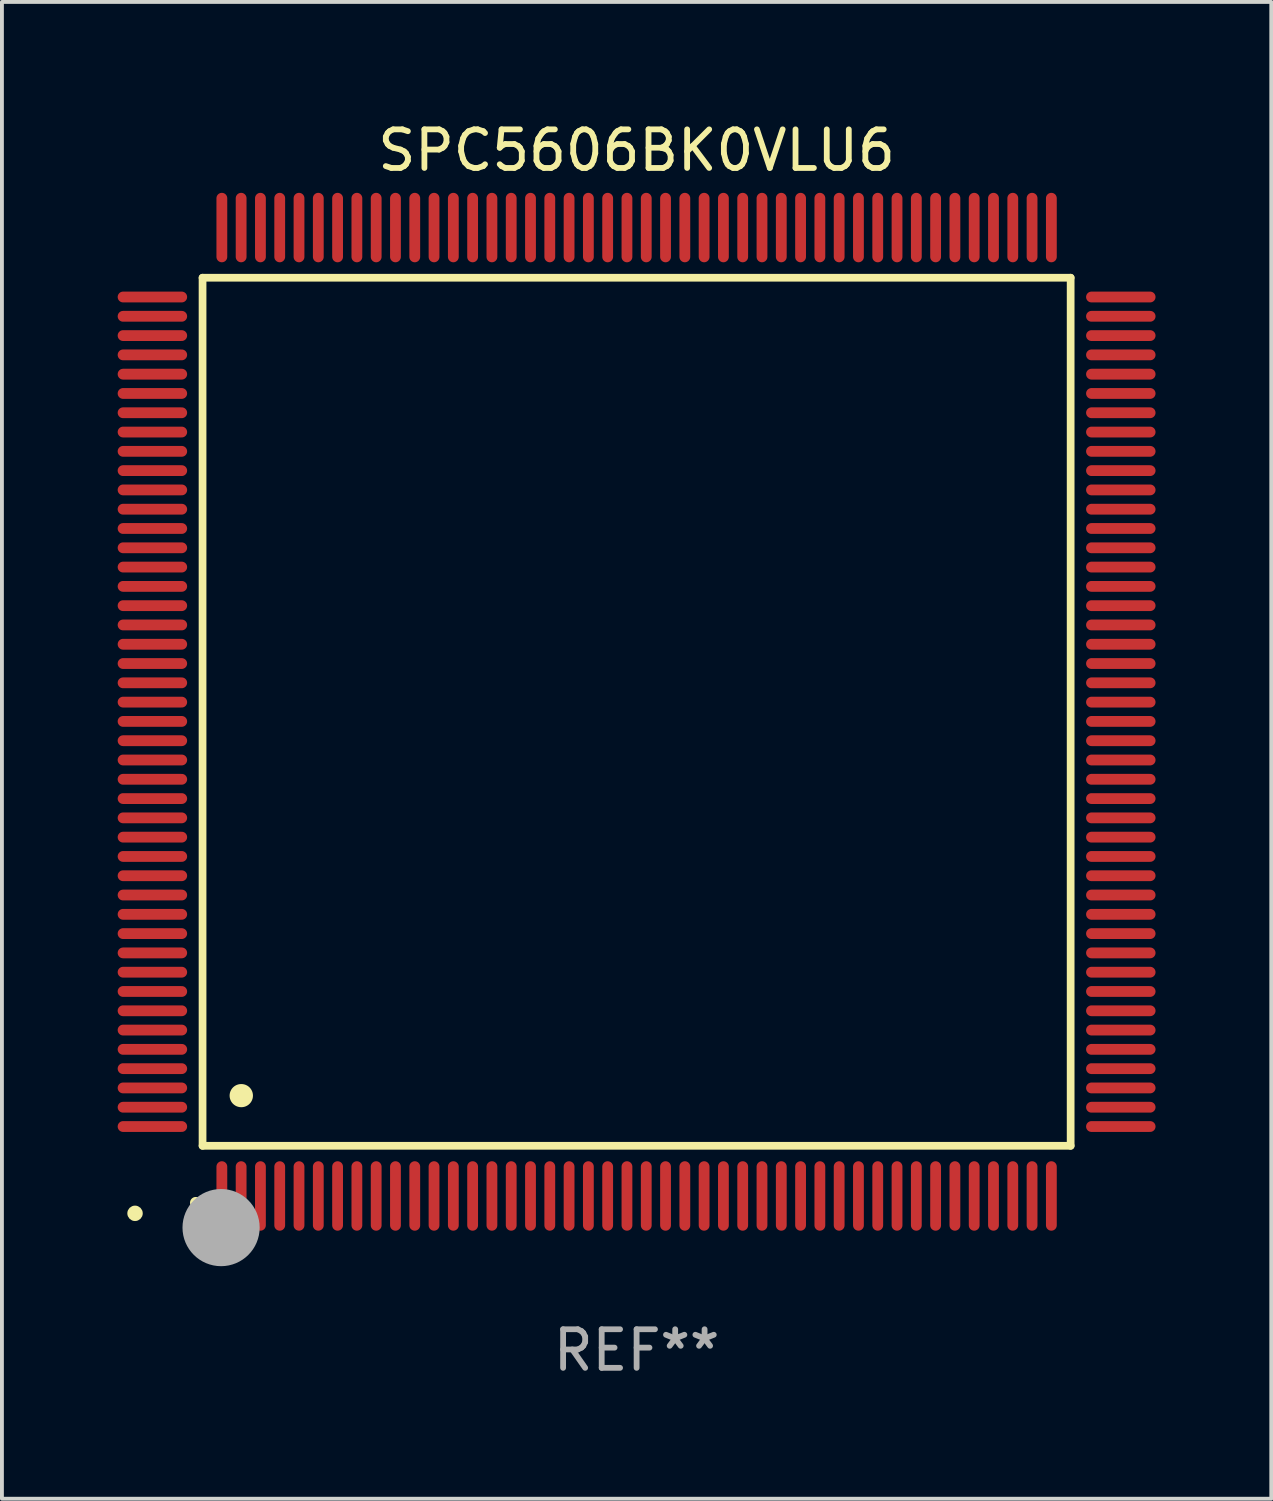
<source format=kicad_pcb>
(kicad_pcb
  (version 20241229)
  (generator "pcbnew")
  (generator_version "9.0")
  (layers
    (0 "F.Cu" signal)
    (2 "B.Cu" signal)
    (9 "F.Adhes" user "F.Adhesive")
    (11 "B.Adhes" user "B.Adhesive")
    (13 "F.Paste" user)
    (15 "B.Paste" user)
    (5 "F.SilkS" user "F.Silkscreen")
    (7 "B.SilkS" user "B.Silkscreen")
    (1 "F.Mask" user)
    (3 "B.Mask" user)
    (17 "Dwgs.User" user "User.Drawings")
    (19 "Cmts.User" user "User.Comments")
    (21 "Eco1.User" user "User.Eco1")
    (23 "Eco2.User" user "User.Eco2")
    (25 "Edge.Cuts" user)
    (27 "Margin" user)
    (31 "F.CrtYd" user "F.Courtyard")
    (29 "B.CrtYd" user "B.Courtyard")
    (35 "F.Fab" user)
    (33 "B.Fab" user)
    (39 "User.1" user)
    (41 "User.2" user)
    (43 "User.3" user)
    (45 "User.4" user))
  (footprint "SPC5606BK0VLU6"
    (layer "F.Cu")
    (at 13.45 15.398)
    (property "Reference" "SPC5606BK0VLU6" (at 0 -14.55 0) (layer "F.SilkS") (effects (font (size 1 1) (thickness 0.15))))
    (attr through_hole)
    (fp_line (start -11.25 -11.25) (end 11.25 -11.25) (stroke (width 0.2) (type solid)) (layer "F.SilkS"))
    (fp_line (start -11.25 11.25) (end -11.25 -11.25) (stroke (width 0.2) (type solid)) (layer "F.SilkS"))
    (fp_line (start 11.25 -11.25) (end 11.25 11.25) (stroke (width 0.2) (type solid)) (layer "F.SilkS"))
    (fp_line (start 11.25 11.25) (end -11.25 11.25) (stroke (width 0.2) (type solid)) (layer "F.SilkS"))
    (fp_arc (start -11.424943 12.725425) (mid -11.423673 12.72542) (end -11.422403 12.725425) (stroke (width 0.3) (type solid)) (layer "F.SilkS"))
    (fp_arc (start -10.24892 9.9492) (mid -10.24638 9.949189) (end -10.24384 9.9492) (stroke (width 0.6) (type solid)) (layer "F.SilkS"))
    (fp_circle (center -13 13) (end -12.9 13) (stroke (width 0.2) (type solid)) (fill no) (layer "F.SilkS"))
    (fp_circle (center -10.77 13.37) (end -10.27 13.37) (stroke (width 1) (type solid)) (fill no) (layer "F.Fab"))
    (fp_text user "REF**" (at 0 16.55 0) (layer "F.Fab") (effects (font (size 1 1) (thickness 0.15))))
    (pad "1" smd oval (at -10.75 12.55) (size 0.28 1.8) (layers "F.Cu" "F.Mask" "F.Paste"))
    (pad "2" smd oval (at -10.25 12.55) (size 0.28 1.8) (layers "F.Cu" "F.Mask" "F.Paste"))
    (pad "3" smd oval (at -9.75 12.55) (size 0.28 1.8) (layers "F.Cu" "F.Mask" "F.Paste"))
    (pad "4" smd oval (at -9.25 12.55) (size 0.28 1.8) (layers "F.Cu" "F.Mask" "F.Paste"))
    (pad "5" smd oval (at -8.75 12.55) (size 0.28 1.8) (layers "F.Cu" "F.Mask" "F.Paste"))
    (pad "6" smd oval (at -8.25 12.55) (size 0.28 1.8) (layers "F.Cu" "F.Mask" "F.Paste"))
    (pad "7" smd oval (at -7.75 12.55) (size 0.28 1.8) (layers "F.Cu" "F.Mask" "F.Paste"))
    (pad "8" smd oval (at -7.25 12.55) (size 0.28 1.8) (layers "F.Cu" "F.Mask" "F.Paste"))
    (pad "9" smd oval (at -6.75 12.55) (size 0.28 1.8) (layers "F.Cu" "F.Mask" "F.Paste"))
    (pad "10" smd oval (at -6.25 12.55) (size 0.28 1.8) (layers "F.Cu" "F.Mask" "F.Paste"))
    (pad "11" smd oval (at -5.75 12.55) (size 0.28 1.8) (layers "F.Cu" "F.Mask" "F.Paste"))
    (pad "12" smd oval (at -5.25 12.55) (size 0.28 1.8) (layers "F.Cu" "F.Mask" "F.Paste"))
    (pad "13" smd oval (at -4.75 12.55) (size 0.28 1.8) (layers "F.Cu" "F.Mask" "F.Paste"))
    (pad "14" smd oval (at -4.25 12.55) (size 0.28 1.8) (layers "F.Cu" "F.Mask" "F.Paste"))
    (pad "15" smd oval (at -3.75 12.55) (size 0.28 1.8) (layers "F.Cu" "F.Mask" "F.Paste"))
    (pad "16" smd oval (at -3.25 12.55) (size 0.28 1.8) (layers "F.Cu" "F.Mask" "F.Paste"))
    (pad "17" smd oval (at -2.75 12.55) (size 0.28 1.8) (layers "F.Cu" "F.Mask" "F.Paste"))
    (pad "18" smd oval (at -2.25 12.55) (size 0.28 1.8) (layers "F.Cu" "F.Mask" "F.Paste"))
    (pad "19" smd oval (at -1.75 12.55) (size 0.28 1.8) (layers "F.Cu" "F.Mask" "F.Paste"))
    (pad "20" smd oval (at -1.25 12.55) (size 0.28 1.8) (layers "F.Cu" "F.Mask" "F.Paste"))
    (pad "21" smd oval (at -0.75 12.55) (size 0.28 1.8) (layers "F.Cu" "F.Mask" "F.Paste"))
    (pad "22" smd oval (at -0.25 12.55) (size 0.28 1.8) (layers "F.Cu" "F.Mask" "F.Paste"))
    (pad "23" smd oval (at 0.25 12.55) (size 0.28 1.8) (layers "F.Cu" "F.Mask" "F.Paste"))
    (pad "24" smd oval (at 0.75 12.55) (size 0.28 1.8) (layers "F.Cu" "F.Mask" "F.Paste"))
    (pad "25" smd oval (at 1.25 12.55) (size 0.28 1.8) (layers "F.Cu" "F.Mask" "F.Paste"))
    (pad "26" smd oval (at 1.75 12.55) (size 0.28 1.8) (layers "F.Cu" "F.Mask" "F.Paste"))
    (pad "27" smd oval (at 2.25 12.55) (size 0.28 1.8) (layers "F.Cu" "F.Mask" "F.Paste"))
    (pad "28" smd oval (at 2.75 12.55) (size 0.28 1.8) (layers "F.Cu" "F.Mask" "F.Paste"))
    (pad "29" smd oval (at 3.25 12.55) (size 0.28 1.8) (layers "F.Cu" "F.Mask" "F.Paste"))
    (pad "30" smd oval (at 3.75 12.55) (size 0.28 1.8) (layers "F.Cu" "F.Mask" "F.Paste"))
    (pad "31" smd oval (at 4.25 12.55) (size 0.28 1.8) (layers "F.Cu" "F.Mask" "F.Paste"))
    (pad "32" smd oval (at 4.75 12.55) (size 0.28 1.8) (layers "F.Cu" "F.Mask" "F.Paste"))
    (pad "33" smd oval (at 5.25 12.55) (size 0.28 1.8) (layers "F.Cu" "F.Mask" "F.Paste"))
    (pad "34" smd oval (at 5.75 12.55) (size 0.28 1.8) (layers "F.Cu" "F.Mask" "F.Paste"))
    (pad "35" smd oval (at 6.25 12.55) (size 0.28 1.8) (layers "F.Cu" "F.Mask" "F.Paste"))
    (pad "36" smd oval (at 6.75 12.55) (size 0.28 1.8) (layers "F.Cu" "F.Mask" "F.Paste"))
    (pad "37" smd oval (at 7.25 12.55) (size 0.28 1.8) (layers "F.Cu" "F.Mask" "F.Paste"))
    (pad "38" smd oval (at 7.75 12.55) (size 0.28 1.8) (layers "F.Cu" "F.Mask" "F.Paste"))
    (pad "39" smd oval (at 8.25 12.55) (size 0.28 1.8) (layers "F.Cu" "F.Mask" "F.Paste"))
    (pad "40" smd oval (at 8.75 12.55) (size 0.28 1.8) (layers "F.Cu" "F.Mask" "F.Paste"))
    (pad "41" smd oval (at 9.25 12.55) (size 0.28 1.8) (layers "F.Cu" "F.Mask" "F.Paste"))
    (pad "42" smd oval (at 9.75 12.55) (size 0.28 1.8) (layers "F.Cu" "F.Mask" "F.Paste"))
    (pad "43" smd oval (at 10.25 12.55) (size 0.28 1.8) (layers "F.Cu" "F.Mask" "F.Paste"))
    (pad "44" smd oval (at 10.75 12.55) (size 0.28 1.8) (layers "F.Cu" "F.Mask" "F.Paste"))
    (pad "45" smd oval (at 12.55 10.75) (size 1.8 0.28) (layers "F.Cu" "F.Mask" "F.Paste"))
    (pad "46" smd oval (at 12.55 10.25) (size 1.8 0.28) (layers "F.Cu" "F.Mask" "F.Paste"))
    (pad "47" smd oval (at 12.55 9.75) (size 1.8 0.28) (layers "F.Cu" "F.Mask" "F.Paste"))
    (pad "48" smd oval (at 12.55 9.25) (size 1.8 0.28) (layers "F.Cu" "F.Mask" "F.Paste"))
    (pad "49" smd oval (at 12.55 8.75) (size 1.8 0.28) (layers "F.Cu" "F.Mask" "F.Paste"))
    (pad "50" smd oval (at 12.55 8.25) (size 1.8 0.28) (layers "F.Cu" "F.Mask" "F.Paste"))
    (pad "51" smd oval (at 12.55 7.75) (size 1.8 0.28) (layers "F.Cu" "F.Mask" "F.Paste"))
    (pad "52" smd oval (at 12.55 7.25) (size 1.8 0.28) (layers "F.Cu" "F.Mask" "F.Paste"))
    (pad "53" smd oval (at 12.55 6.75) (size 1.8 0.28) (layers "F.Cu" "F.Mask" "F.Paste"))
    (pad "54" smd oval (at 12.55 6.25) (size 1.8 0.28) (layers "F.Cu" "F.Mask" "F.Paste"))
    (pad "55" smd oval (at 12.55 5.75) (size 1.8 0.28) (layers "F.Cu" "F.Mask" "F.Paste"))
    (pad "56" smd oval (at 12.55 5.25) (size 1.8 0.28) (layers "F.Cu" "F.Mask" "F.Paste"))
    (pad "57" smd oval (at 12.55 4.75) (size 1.8 0.28) (layers "F.Cu" "F.Mask" "F.Paste"))
    (pad "58" smd oval (at 12.55 4.25) (size 1.8 0.28) (layers "F.Cu" "F.Mask" "F.Paste"))
    (pad "59" smd oval (at 12.55 3.75) (size 1.8 0.28) (layers "F.Cu" "F.Mask" "F.Paste"))
    (pad "60" smd oval (at 12.55 3.25) (size 1.8 0.28) (layers "F.Cu" "F.Mask" "F.Paste"))
    (pad "61" smd oval (at 12.55 2.75) (size 1.8 0.28) (layers "F.Cu" "F.Mask" "F.Paste"))
    (pad "62" smd oval (at 12.55 2.25) (size 1.8 0.28) (layers "F.Cu" "F.Mask" "F.Paste"))
    (pad "63" smd oval (at 12.55 1.75) (size 1.8 0.28) (layers "F.Cu" "F.Mask" "F.Paste"))
    (pad "64" smd oval (at 12.55 1.25) (size 1.8 0.28) (layers "F.Cu" "F.Mask" "F.Paste"))
    (pad "65" smd oval (at 12.55 0.75) (size 1.8 0.28) (layers "F.Cu" "F.Mask" "F.Paste"))
    (pad "66" smd oval (at 12.55 0.25) (size 1.8 0.28) (layers "F.Cu" "F.Mask" "F.Paste"))
    (pad "67" smd oval (at 12.55 -0.25) (size 1.8 0.28) (layers "F.Cu" "F.Mask" "F.Paste"))
    (pad "68" smd oval (at 12.55 -0.75) (size 1.8 0.28) (layers "F.Cu" "F.Mask" "F.Paste"))
    (pad "69" smd oval (at 12.55 -1.25) (size 1.8 0.28) (layers "F.Cu" "F.Mask" "F.Paste"))
    (pad "70" smd oval (at 12.55 -1.75) (size 1.8 0.28) (layers "F.Cu" "F.Mask" "F.Paste"))
    (pad "71" smd oval (at 12.55 -2.25) (size 1.8 0.28) (layers "F.Cu" "F.Mask" "F.Paste"))
    (pad "72" smd oval (at 12.55 -2.75) (size 1.8 0.28) (layers "F.Cu" "F.Mask" "F.Paste"))
    (pad "73" smd oval (at 12.55 -3.25) (size 1.8 0.28) (layers "F.Cu" "F.Mask" "F.Paste"))
    (pad "74" smd oval (at 12.55 -3.75) (size 1.8 0.28) (layers "F.Cu" "F.Mask" "F.Paste"))
    (pad "75" smd oval (at 12.55 -4.25) (size 1.8 0.28) (layers "F.Cu" "F.Mask" "F.Paste"))
    (pad "76" smd oval (at 12.55 -4.75) (size 1.8 0.28) (layers "F.Cu" "F.Mask" "F.Paste"))
    (pad "77" smd oval (at 12.55 -5.25) (size 1.8 0.28) (layers "F.Cu" "F.Mask" "F.Paste"))
    (pad "78" smd oval (at 12.55 -5.75) (size 1.8 0.28) (layers "F.Cu" "F.Mask" "F.Paste"))
    (pad "79" smd oval (at 12.55 -6.25) (size 1.8 0.28) (layers "F.Cu" "F.Mask" "F.Paste"))
    (pad "80" smd oval (at 12.55 -6.75) (size 1.8 0.28) (layers "F.Cu" "F.Mask" "F.Paste"))
    (pad "81" smd oval (at 12.55 -7.25) (size 1.8 0.28) (layers "F.Cu" "F.Mask" "F.Paste"))
    (pad "82" smd oval (at 12.55 -7.75) (size 1.8 0.28) (layers "F.Cu" "F.Mask" "F.Paste"))
    (pad "83" smd oval (at 12.55 -8.25) (size 1.8 0.28) (layers "F.Cu" "F.Mask" "F.Paste"))
    (pad "84" smd oval (at 12.55 -8.75) (size 1.8 0.28) (layers "F.Cu" "F.Mask" "F.Paste"))
    (pad "85" smd oval (at 12.55 -9.25) (size 1.8 0.28) (layers "F.Cu" "F.Mask" "F.Paste"))
    (pad "86" smd oval (at 12.55 -9.75) (size 1.8 0.28) (layers "F.Cu" "F.Mask" "F.Paste"))
    (pad "87" smd oval (at 12.55 -10.25) (size 1.8 0.28) (layers "F.Cu" "F.Mask" "F.Paste"))
    (pad "88" smd oval (at 12.55 -10.75) (size 1.8 0.28) (layers "F.Cu" "F.Mask" "F.Paste"))
    (pad "89" smd oval (at 10.75 -12.55) (size 0.28 1.8) (layers "F.Cu" "F.Mask" "F.Paste"))
    (pad "90" smd oval (at 10.25 -12.55) (size 0.28 1.8) (layers "F.Cu" "F.Mask" "F.Paste"))
    (pad "91" smd oval (at 9.75 -12.55) (size 0.28 1.8) (layers "F.Cu" "F.Mask" "F.Paste"))
    (pad "92" smd oval (at 9.25 -12.55) (size 0.28 1.8) (layers "F.Cu" "F.Mask" "F.Paste"))
    (pad "93" smd oval (at 8.75 -12.55) (size 0.28 1.8) (layers "F.Cu" "F.Mask" "F.Paste"))
    (pad "94" smd oval (at 8.25 -12.55) (size 0.28 1.8) (layers "F.Cu" "F.Mask" "F.Paste"))
    (pad "95" smd oval (at 7.75 -12.55) (size 0.28 1.8) (layers "F.Cu" "F.Mask" "F.Paste"))
    (pad "96" smd oval (at 7.25 -12.55) (size 0.28 1.8) (layers "F.Cu" "F.Mask" "F.Paste"))
    (pad "97" smd oval (at 6.75 -12.55) (size 0.28 1.8) (layers "F.Cu" "F.Mask" "F.Paste"))
    (pad "98" smd oval (at 6.25 -12.55) (size 0.28 1.8) (layers "F.Cu" "F.Mask" "F.Paste"))
    (pad "99" smd oval (at 5.75 -12.55) (size 0.28 1.8) (layers "F.Cu" "F.Mask" "F.Paste"))
    (pad "100" smd oval (at 5.25 -12.55) (size 0.28 1.8) (layers "F.Cu" "F.Mask" "F.Paste"))
    (pad "101" smd oval (at 4.75 -12.55) (size 0.28 1.8) (layers "F.Cu" "F.Mask" "F.Paste"))
    (pad "102" smd oval (at 4.25 -12.55) (size 0.28 1.8) (layers "F.Cu" "F.Mask" "F.Paste"))
    (pad "103" smd oval (at 3.75 -12.55) (size 0.28 1.8) (layers "F.Cu" "F.Mask" "F.Paste"))
    (pad "104" smd oval (at 3.25 -12.55) (size 0.28 1.8) (layers "F.Cu" "F.Mask" "F.Paste"))
    (pad "105" smd oval (at 2.75 -12.55) (size 0.28 1.8) (layers "F.Cu" "F.Mask" "F.Paste"))
    (pad "106" smd oval (at 2.25 -12.55) (size 0.28 1.8) (layers "F.Cu" "F.Mask" "F.Paste"))
    (pad "107" smd oval (at 1.75 -12.55) (size 0.28 1.8) (layers "F.Cu" "F.Mask" "F.Paste"))
    (pad "108" smd oval (at 1.25 -12.55) (size 0.28 1.8) (layers "F.Cu" "F.Mask" "F.Paste"))
    (pad "109" smd oval (at 0.75 -12.55) (size 0.28 1.8) (layers "F.Cu" "F.Mask" "F.Paste"))
    (pad "110" smd oval (at 0.25 -12.55) (size 0.28 1.8) (layers "F.Cu" "F.Mask" "F.Paste"))
    (pad "111" smd oval (at -0.25 -12.55) (size 0.28 1.8) (layers "F.Cu" "F.Mask" "F.Paste"))
    (pad "112" smd oval (at -0.75 -12.55) (size 0.28 1.8) (layers "F.Cu" "F.Mask" "F.Paste"))
    (pad "113" smd oval (at -1.25 -12.55) (size 0.28 1.8) (layers "F.Cu" "F.Mask" "F.Paste"))
    (pad "114" smd oval (at -1.75 -12.55) (size 0.28 1.8) (layers "F.Cu" "F.Mask" "F.Paste"))
    (pad "115" smd oval (at -2.25 -12.55) (size 0.28 1.8) (layers "F.Cu" "F.Mask" "F.Paste"))
    (pad "116" smd oval (at -2.75 -12.55) (size 0.28 1.8) (layers "F.Cu" "F.Mask" "F.Paste"))
    (pad "117" smd oval (at -3.25 -12.55) (size 0.28 1.8) (layers "F.Cu" "F.Mask" "F.Paste"))
    (pad "118" smd oval (at -3.75 -12.55) (size 0.28 1.8) (layers "F.Cu" "F.Mask" "F.Paste"))
    (pad "119" smd oval (at -4.25 -12.55) (size 0.28 1.8) (layers "F.Cu" "F.Mask" "F.Paste"))
    (pad "120" smd oval (at -4.75 -12.55) (size 0.28 1.8) (layers "F.Cu" "F.Mask" "F.Paste"))
    (pad "121" smd oval (at -5.25 -12.55) (size 0.28 1.8) (layers "F.Cu" "F.Mask" "F.Paste"))
    (pad "122" smd oval (at -5.75 -12.55) (size 0.28 1.8) (layers "F.Cu" "F.Mask" "F.Paste"))
    (pad "123" smd oval (at -6.25 -12.55) (size 0.28 1.8) (layers "F.Cu" "F.Mask" "F.Paste"))
    (pad "124" smd oval (at -6.75 -12.55) (size 0.28 1.8) (layers "F.Cu" "F.Mask" "F.Paste"))
    (pad "125" smd oval (at -7.25 -12.55) (size 0.28 1.8) (layers "F.Cu" "F.Mask" "F.Paste"))
    (pad "126" smd oval (at -7.75 -12.55) (size 0.28 1.8) (layers "F.Cu" "F.Mask" "F.Paste"))
    (pad "127" smd oval (at -8.25 -12.55) (size 0.28 1.8) (layers "F.Cu" "F.Mask" "F.Paste"))
    (pad "128" smd oval (at -8.75 -12.55) (size 0.28 1.8) (layers "F.Cu" "F.Mask" "F.Paste"))
    (pad "129" smd oval (at -9.25 -12.55) (size 0.28 1.8) (layers "F.Cu" "F.Mask" "F.Paste"))
    (pad "130" smd oval (at -9.75 -12.55) (size 0.28 1.8) (layers "F.Cu" "F.Mask" "F.Paste"))
    (pad "131" smd oval (at -10.25 -12.55) (size 0.28 1.8) (layers "F.Cu" "F.Mask" "F.Paste"))
    (pad "132" smd oval (at -10.75 -12.55) (size 0.28 1.8) (layers "F.Cu" "F.Mask" "F.Paste"))
    (pad "133" smd oval (at -12.55 -10.75) (size 1.8 0.28) (layers "F.Cu" "F.Mask" "F.Paste"))
    (pad "134" smd oval (at -12.55 -10.25) (size 1.8 0.28) (layers "F.Cu" "F.Mask" "F.Paste"))
    (pad "135" smd oval (at -12.55 -9.75) (size 1.8 0.28) (layers "F.Cu" "F.Mask" "F.Paste"))
    (pad "136" smd oval (at -12.55 -9.25) (size 1.8 0.28) (layers "F.Cu" "F.Mask" "F.Paste"))
    (pad "137" smd oval (at -12.55 -8.75) (size 1.8 0.28) (layers "F.Cu" "F.Mask" "F.Paste"))
    (pad "138" smd oval (at -12.55 -8.25) (size 1.8 0.28) (layers "F.Cu" "F.Mask" "F.Paste"))
    (pad "139" smd oval (at -12.55 -7.75) (size 1.8 0.28) (layers "F.Cu" "F.Mask" "F.Paste"))
    (pad "140" smd oval (at -12.55 -7.25) (size 1.8 0.28) (layers "F.Cu" "F.Mask" "F.Paste"))
    (pad "141" smd oval (at -12.55 -6.75) (size 1.8 0.28) (layers "F.Cu" "F.Mask" "F.Paste"))
    (pad "142" smd oval (at -12.55 -6.25) (size 1.8 0.28) (layers "F.Cu" "F.Mask" "F.Paste"))
    (pad "143" smd oval (at -12.55 -5.75) (size 1.8 0.28) (layers "F.Cu" "F.Mask" "F.Paste"))
    (pad "144" smd oval (at -12.55 -5.25) (size 1.8 0.28) (layers "F.Cu" "F.Mask" "F.Paste"))
    (pad "145" smd oval (at -12.55 -4.75) (size 1.8 0.28) (layers "F.Cu" "F.Mask" "F.Paste"))
    (pad "146" smd oval (at -12.55 -4.25) (size 1.8 0.28) (layers "F.Cu" "F.Mask" "F.Paste"))
    (pad "147" smd oval (at -12.55 -3.75) (size 1.8 0.28) (layers "F.Cu" "F.Mask" "F.Paste"))
    (pad "148" smd oval (at -12.55 -3.25) (size 1.8 0.28) (layers "F.Cu" "F.Mask" "F.Paste"))
    (pad "149" smd oval (at -12.55 -2.75) (size 1.8 0.28) (layers "F.Cu" "F.Mask" "F.Paste"))
    (pad "150" smd oval (at -12.55 -2.25) (size 1.8 0.28) (layers "F.Cu" "F.Mask" "F.Paste"))
    (pad "151" smd oval (at -12.55 -1.75) (size 1.8 0.28) (layers "F.Cu" "F.Mask" "F.Paste"))
    (pad "152" smd oval (at -12.55 -1.25) (size 1.8 0.28) (layers "F.Cu" "F.Mask" "F.Paste"))
    (pad "153" smd oval (at -12.55 -0.75) (size 1.8 0.28) (layers "F.Cu" "F.Mask" "F.Paste"))
    (pad "154" smd oval (at -12.55 -0.25) (size 1.8 0.28) (layers "F.Cu" "F.Mask" "F.Paste"))
    (pad "155" smd oval (at -12.55 0.25) (size 1.8 0.28) (layers "F.Cu" "F.Mask" "F.Paste"))
    (pad "156" smd oval (at -12.55 0.75) (size 1.8 0.28) (layers "F.Cu" "F.Mask" "F.Paste"))
    (pad "157" smd oval (at -12.55 1.25) (size 1.8 0.28) (layers "F.Cu" "F.Mask" "F.Paste"))
    (pad "158" smd oval (at -12.55 1.75) (size 1.8 0.28) (layers "F.Cu" "F.Mask" "F.Paste"))
    (pad "159" smd oval (at -12.55 2.25) (size 1.8 0.28) (layers "F.Cu" "F.Mask" "F.Paste"))
    (pad "160" smd oval (at -12.55 2.75) (size 1.8 0.28) (layers "F.Cu" "F.Mask" "F.Paste"))
    (pad "161" smd oval (at -12.55 3.25) (size 1.8 0.28) (layers "F.Cu" "F.Mask" "F.Paste"))
    (pad "162" smd oval (at -12.55 3.75) (size 1.8 0.28) (layers "F.Cu" "F.Mask" "F.Paste"))
    (pad "163" smd oval (at -12.55 4.25) (size 1.8 0.28) (layers "F.Cu" "F.Mask" "F.Paste"))
    (pad "164" smd oval (at -12.55 4.75) (size 1.8 0.28) (layers "F.Cu" "F.Mask" "F.Paste"))
    (pad "165" smd oval (at -12.55 5.25) (size 1.8 0.28) (layers "F.Cu" "F.Mask" "F.Paste"))
    (pad "166" smd oval (at -12.55 5.75) (size 1.8 0.28) (layers "F.Cu" "F.Mask" "F.Paste"))
    (pad "167" smd oval (at -12.55 6.25) (size 1.8 0.28) (layers "F.Cu" "F.Mask" "F.Paste"))
    (pad "168" smd oval (at -12.55 6.75) (size 1.8 0.28) (layers "F.Cu" "F.Mask" "F.Paste"))
    (pad "169" smd oval (at -12.55 7.25) (size 1.8 0.28) (layers "F.Cu" "F.Mask" "F.Paste"))
    (pad "170" smd oval (at -12.55 7.75) (size 1.8 0.28) (layers "F.Cu" "F.Mask" "F.Paste"))
    (pad "171" smd oval (at -12.55 8.25) (size 1.8 0.28) (layers "F.Cu" "F.Mask" "F.Paste"))
    (pad "172" smd oval (at -12.55 8.75) (size 1.8 0.28) (layers "F.Cu" "F.Mask" "F.Paste"))
    (pad "173" smd oval (at -12.55 9.25) (size 1.8 0.28) (layers "F.Cu" "F.Mask" "F.Paste"))
    (pad "174" smd oval (at -12.55 9.75) (size 1.8 0.28) (layers "F.Cu" "F.Mask" "F.Paste"))
    (pad "175" smd oval (at -12.55 10.25) (size 1.8 0.28) (layers "F.Cu" "F.Mask" "F.Paste"))
    (pad "176" smd oval (at -12.55 10.75) (size 1.8 0.28) (layers "F.Cu" "F.Mask" "F.Paste")))
  (gr_rect
    (start -3 -3)
    (end 29.9 35.796)
    (stroke (width 0.1) (type default))
    (fill no)
    (layer "Edge.Cuts")))
</source>
